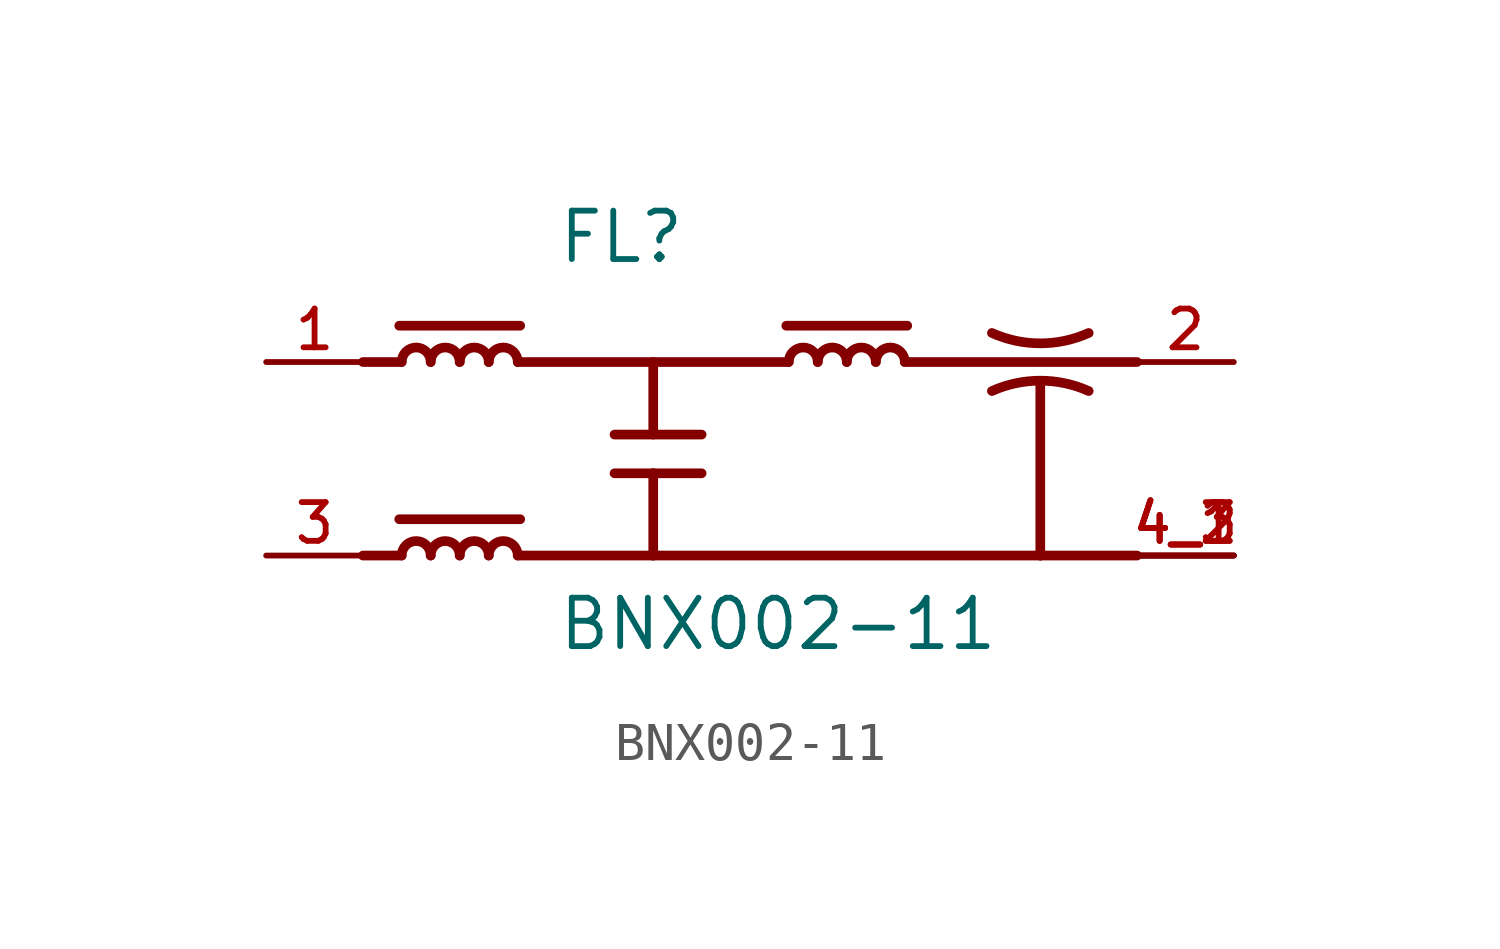
<source format=kicad_sym>
(kicad_symbol_lib
  (version 20231120)
  (generator "kicad_symbol_editor")
  (generator_version "8.0")
  (symbol "BNX002-11"
    (pin_names
      (offset 1.016))
    (property "Reference" "FL"
      (at -5.08 5.08 0)
      (effects (font (size 1.27 1.27)) (justify left bottom)))
    (property "Value" "BNX002-11"
      (at -5.08 -5.08 0)
      (effects (font (size 1.27 1.27)) (justify left bottom)))
    (symbol "BNX002-11_0_0"
      (arc (start -8.382 -2.54) (mid -8.763 -2.1606) (end -9.144 -2.54) (stroke (width 0.254) (type default)) (fill (type none)))
      (arc (start -8.382 2.54) (mid -8.763 2.9193) (end -9.144 2.54) (stroke (width 0.254) (type default)) (fill (type none)))
      (arc (start -7.62 -2.54) (mid -8.001 -2.1606) (end -8.382 -2.54) (stroke (width 0.254) (type default)) (fill (type none)))
      (arc (start -7.62 2.54) (mid -8.001 2.9193) (end -8.382 2.54) (stroke (width 0.254) (type default)) (fill (type none)))
      (arc (start -6.858 -2.54) (mid -7.239 -2.1606) (end -7.62 -2.54) (stroke (width 0.254) (type default)) (fill (type none)))
      (arc (start -6.858 2.54) (mid -7.239 2.9193) (end -7.62 2.54) (stroke (width 0.254) (type default)) (fill (type none)))
      (arc (start -6.096 -2.54) (mid -6.477 -2.1606) (end -6.858 -2.54) (stroke (width 0.254) (type default)) (fill (type none)))
      (arc (start -6.096 2.54) (mid -6.477 2.9193) (end -6.858 2.54) (stroke (width 0.254) (type default)) (fill (type none)))
      (polyline (pts (xy -10.16 2.54) (xy -9.144 2.54)) (stroke (width 0.254) (type default)) (fill (type none)))
      (polyline (pts (xy -9.207 -1.587) (xy -6.032 -1.587)) (stroke (width 0.254) (type default)) (fill (type none)))
      (polyline (pts (xy -9.207 3.493) (xy -6.032 3.493)) (stroke (width 0.254) (type default)) (fill (type none)))
      (polyline (pts (xy -9.144 -2.54) (xy -10.16 -2.54)) (stroke (width 0.254) (type default)) (fill (type none)))
      (polyline (pts (xy -3.556 -0.381) (xy -2.54 -0.381)) (stroke (width 0.254) (type default)) (fill (type none)))
      (polyline (pts (xy -3.556 0.635) (xy -1.27 0.635)) (stroke (width 0.254) (type default)) (fill (type none)))
      (polyline (pts (xy -2.54 -2.54) (xy -6.096 -2.54)) (stroke (width 0.254) (type default)) (fill (type none)))
      (polyline (pts (xy -2.54 -0.381) (xy -2.54 -2.54)) (stroke (width 0.254) (type default)) (fill (type none)))
      (polyline (pts (xy -2.54 -0.381) (xy -1.27 -0.381)) (stroke (width 0.254) (type default)) (fill (type none)))
      (polyline (pts (xy -2.54 2.54) (xy -2.54 0.635)) (stroke (width 0.254) (type default)) (fill (type none)))
      (polyline (pts (xy 0.953 3.493) (xy 4.128 3.493)) (stroke (width 0.254) (type default)) (fill (type none)))
      (polyline (pts (xy 1.016 2.54) (xy -6.096 2.54)) (stroke (width 0.254) (type default)) (fill (type none)))
      (polyline (pts (xy 4.064 2.54) (xy 10.16 2.54)) (stroke (width 0.254) (type default)) (fill (type none)))
      (polyline (pts (xy 7.62 -2.54) (xy -2.54 -2.54)) (stroke (width 0.254) (type default)) (fill (type none)))
      (polyline (pts (xy 7.62 -2.54) (xy 10.16 -2.54)) (stroke (width 0.254) (type default)) (fill (type none)))
      (polyline (pts (xy 7.62 2.032) (xy 7.62 -2.54)) (stroke (width 0.254) (type default)) (fill (type none)))
      (arc (start 1.778 2.54) (mid 1.397 2.9193) (end 1.016 2.54) (stroke (width 0.254) (type default)) (fill (type none)))
      (arc (start 2.54 2.54) (mid 2.159 2.9193) (end 1.778 2.54) (stroke (width 0.254) (type default)) (fill (type none)))
      (arc (start 3.302 2.54) (mid 2.921 2.9193) (end 2.54 2.54) (stroke (width 0.254) (type default)) (fill (type none)))
      (arc (start 4.064 2.54) (mid 3.683 2.9193) (end 3.302 2.54) (stroke (width 0.254) (type default)) (fill (type none)))
      (arc (start 6.35 3.302) (mid 7.62 3.03) (end 8.89 3.302) (stroke (width 0.254) (type default)) (fill (type none)))
      (arc (start 8.89 1.778) (mid 7.62 2.05) (end 6.35 1.778) (stroke (width 0.254) (type default)) (fill (type none)))
      (pin passive line (at -12.7 2.54 0) (length 2.54) (name "~" (effects (font (size 1.016 1.016)))) (number "1" (effects (font (size 1.016 1.016)))))
      (pin passive line (at 12.7 2.54 180) (length 2.54) (name "~" (effects (font (size 1.016 1.016)))) (number "2" (effects (font (size 1.016 1.016)))))
      (pin passive line (at -12.7 -2.54 0) (length 2.54) (name "~" (effects (font (size 1.016 1.016)))) (number "3" (effects (font (size 1.016 1.016)))))
      (pin passive line (at 12.7 -2.54 180) (length 2.54) (name "~" (effects (font (size 1.016 1.016)))) (number "4_1" (effects (font (size 1.016 1.016)))))
      (pin passive line (at 12.7 -2.54 180) (length 2.54) (name "~" (effects (font (size 1.016 1.016)))) (number "4_2" (effects (font (size 1.016 1.016)))))
      (pin passive line (at 12.7 -2.54 180) (length 2.54) (name "~" (effects (font (size 1.016 1.016)))) (number "4_3" (effects (font (size 1.016 1.016))))))))
</source>
